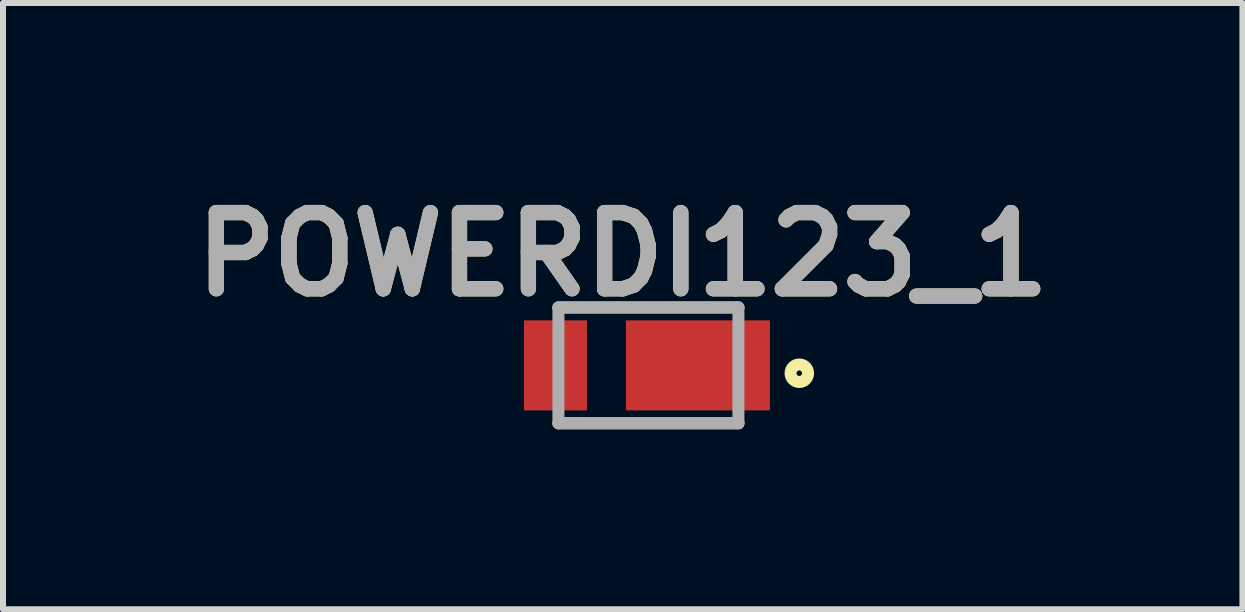
<source format=kicad_pcb>
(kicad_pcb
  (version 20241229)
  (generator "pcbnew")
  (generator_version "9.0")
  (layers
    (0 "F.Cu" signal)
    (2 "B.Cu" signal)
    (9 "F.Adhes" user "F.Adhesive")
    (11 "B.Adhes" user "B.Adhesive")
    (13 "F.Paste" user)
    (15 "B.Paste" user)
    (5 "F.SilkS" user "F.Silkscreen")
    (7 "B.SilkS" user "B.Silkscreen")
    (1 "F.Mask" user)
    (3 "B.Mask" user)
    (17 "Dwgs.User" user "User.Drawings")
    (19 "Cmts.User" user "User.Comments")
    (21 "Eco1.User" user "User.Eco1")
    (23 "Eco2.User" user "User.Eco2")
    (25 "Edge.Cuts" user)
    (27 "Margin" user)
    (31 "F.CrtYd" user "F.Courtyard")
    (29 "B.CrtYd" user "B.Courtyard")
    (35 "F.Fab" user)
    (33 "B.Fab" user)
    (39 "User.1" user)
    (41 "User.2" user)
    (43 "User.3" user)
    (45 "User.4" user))
  (footprint "POWERDI123_1"
    (layer "F.Cu")
    (at 7.758 3.04)
    (property "Reference" "POWERDI123_1" (at -0.428 -1.851 0) (layer "F.SilkS") (effects (font (size 1.27 1.27) (thickness 0.254))))
    (attr smd)
    (fp_line (start 1.5 -0.965) (end -1.5 -0.965) (stroke (width 0.2) (type solid)) (layer "F.SilkS"))
    (fp_line (start 1.5 0.965) (end -1.5 0.965) (stroke (width 0.2) (type solid)) (layer "F.SilkS"))
    (fp_circle (center 2.515 0.131) (end 2.515 0.177) (stroke (width 0.2) (type solid)) (fill no) (layer "F.SilkS"))
    (fp_line (start -1.5 -0.965) (end 1.5 -0.965) (stroke (width 0.2) (type solid)) (layer "F.Fab"))
    (fp_line (start -1.5 0.965) (end -1.5 -0.965) (stroke (width 0.2) (type solid)) (layer "F.Fab"))
    (fp_line (start 1.5 -0.965) (end 1.5 0.965) (stroke (width 0.2) (type solid)) (layer "F.Fab"))
    (fp_line (start 1.5 0.965) (end -1.5 0.965) (stroke (width 0.2) (type solid)) (layer "F.Fab"))
    (fp_text user "${REFERENCE}" (at -0.428 -1.851 0) (layer "F.Fab") (effects (font (size 1.27 1.27) (thickness 0.254))))
    (pad "1" smd rect (at 0.825 0 90) (size 1.5 2.4) (layers "F.Cu" "F.Mask" "F.Paste"))
    (pad "2" smd rect (at -1.55 0) (size 1.05 1.5) (layers "F.Cu" "F.Mask" "F.Paste")))
  (gr_rect
    (start -3 -3)
    (end 17.659 7.105)
    (stroke (width 0.1) (type default))
    (fill no)
    (layer "Edge.Cuts")))
</source>
